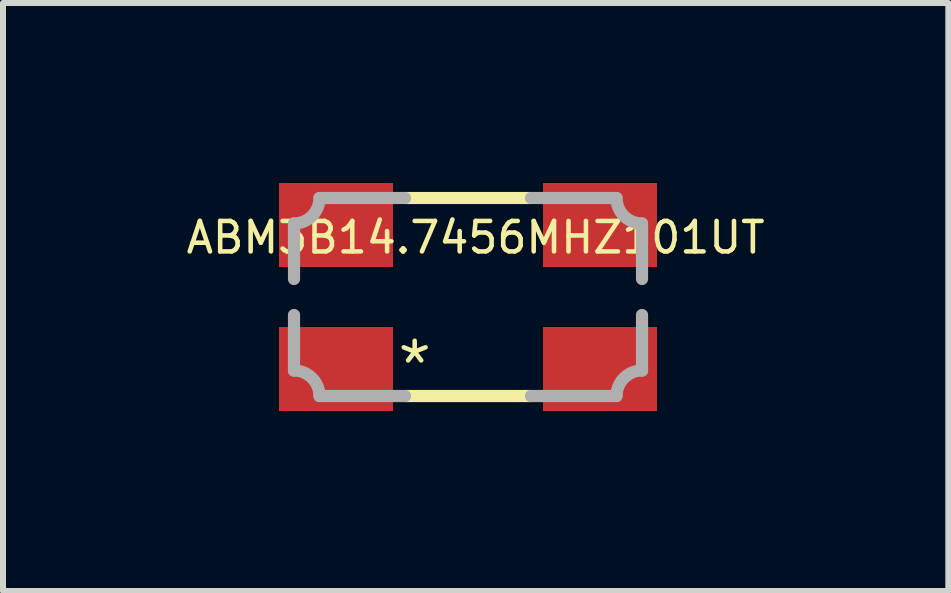
<source format=kicad_pcb>
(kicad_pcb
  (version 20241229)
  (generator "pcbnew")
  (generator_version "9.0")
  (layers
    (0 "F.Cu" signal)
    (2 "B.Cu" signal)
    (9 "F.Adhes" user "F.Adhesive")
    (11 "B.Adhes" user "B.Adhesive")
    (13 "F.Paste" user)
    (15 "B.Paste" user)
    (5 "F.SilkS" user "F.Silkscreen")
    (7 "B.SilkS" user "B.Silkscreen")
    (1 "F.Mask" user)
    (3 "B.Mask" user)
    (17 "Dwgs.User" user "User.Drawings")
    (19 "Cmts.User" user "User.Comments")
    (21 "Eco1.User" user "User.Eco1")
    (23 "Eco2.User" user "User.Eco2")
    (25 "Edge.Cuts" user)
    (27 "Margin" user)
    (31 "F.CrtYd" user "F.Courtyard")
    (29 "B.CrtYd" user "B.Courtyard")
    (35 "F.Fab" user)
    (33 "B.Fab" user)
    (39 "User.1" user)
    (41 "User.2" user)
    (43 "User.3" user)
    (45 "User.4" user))
  (footprint "ABM3B14.7456MHZ101UT"
    (layer "F.Cu")
    (at 4.75 1.9)
    (property "Reference" "ABM3B14.7456MHZ101UT" (at 0.127 -0.991 0) (layer "F.SilkS") (effects (font (size 0.508 0.508) (thickness 0.076))))
    (attr smd)
    (fp_line (start -1.05 -1.65) (end 1.05 -1.65) (stroke (width 0.203) (type solid)) (layer "F.SilkS"))
    (fp_line (start 1.05 1.65) (end -1.05 1.65) (stroke (width 0.203) (type solid)) (layer "F.SilkS"))
    (fp_line (start -2.9 -0.3) (end -2.9 -1.225) (stroke (width 0.203) (type solid)) (layer "F.Fab"))
    (fp_line (start -2.9 1.225) (end -2.9 0.3) (stroke (width 0.203) (type solid)) (layer "F.Fab"))
    (fp_line (start -2.475 -1.65) (end -1.05 -1.65) (stroke (width 0.203) (type solid)) (layer "F.Fab"))
    (fp_line (start -1.05 1.65) (end -2.475 1.65) (stroke (width 0.203) (type solid)) (layer "F.Fab"))
    (fp_line (start 1.05 -1.65) (end 2.475 -1.65) (stroke (width 0.203) (type solid)) (layer "F.Fab"))
    (fp_line (start 2.475 1.65) (end 1.05 1.65) (stroke (width 0.203) (type solid)) (layer "F.Fab"))
    (fp_line (start 2.9 -1.225) (end 2.9 -0.3) (stroke (width 0.203) (type solid)) (layer "F.Fab"))
    (fp_line (start 2.9 0.3) (end 2.9 1.225) (stroke (width 0.203) (type solid)) (layer "F.Fab"))
    (fp_arc (start -2.9 1.225) (mid -2.600004 1.350004) (end -2.475 1.65) (stroke (width 0.2032) (type solid)) (layer "F.Fab"))
    (fp_arc (start -2.475 -1.65) (mid -2.600004 -1.350004) (end -2.9 -1.225) (stroke (width 0.2032) (type solid)) (layer "F.Fab"))
    (fp_arc (start 2.475 1.65) (mid 2.600004 1.350004) (end 2.9 1.225) (stroke (width 0.2032) (type solid)) (layer "F.Fab"))
    (fp_arc (start 2.9 -1.225) (mid 2.600004 -1.350004) (end 2.475 -1.65) (stroke (width 0.2032) (type solid)) (layer "F.Fab"))
    (fp_text user "*" (at -0.889 1.143 0) (layer "F.SilkS") (effects (font (size 0.762 0.762) (thickness 0.076))))
    (pad "1" smd rect (at -2.2 1.2) (size 1.9 1.4) (layers "F.Cu" "F.Mask" "F.Paste"))
    (pad "2" smd rect (at 2.2 1.2) (size 1.9 1.4) (layers "F.Cu" "F.Mask" "F.Paste"))
    (pad "3" smd rect (at 2.2 -1.2) (size 1.9 1.4) (layers "F.Cu" "F.Mask" "F.Paste"))
    (pad "4" smd rect (at -2.2 -1.2) (size 1.9 1.4) (layers "F.Cu" "F.Mask" "F.Paste")))
  (gr_rect
    (start -3 -3)
    (end 12.755 6.8)
    (stroke (width 0.1) (type default))
    (fill no)
    (layer "Edge.Cuts")))
</source>
